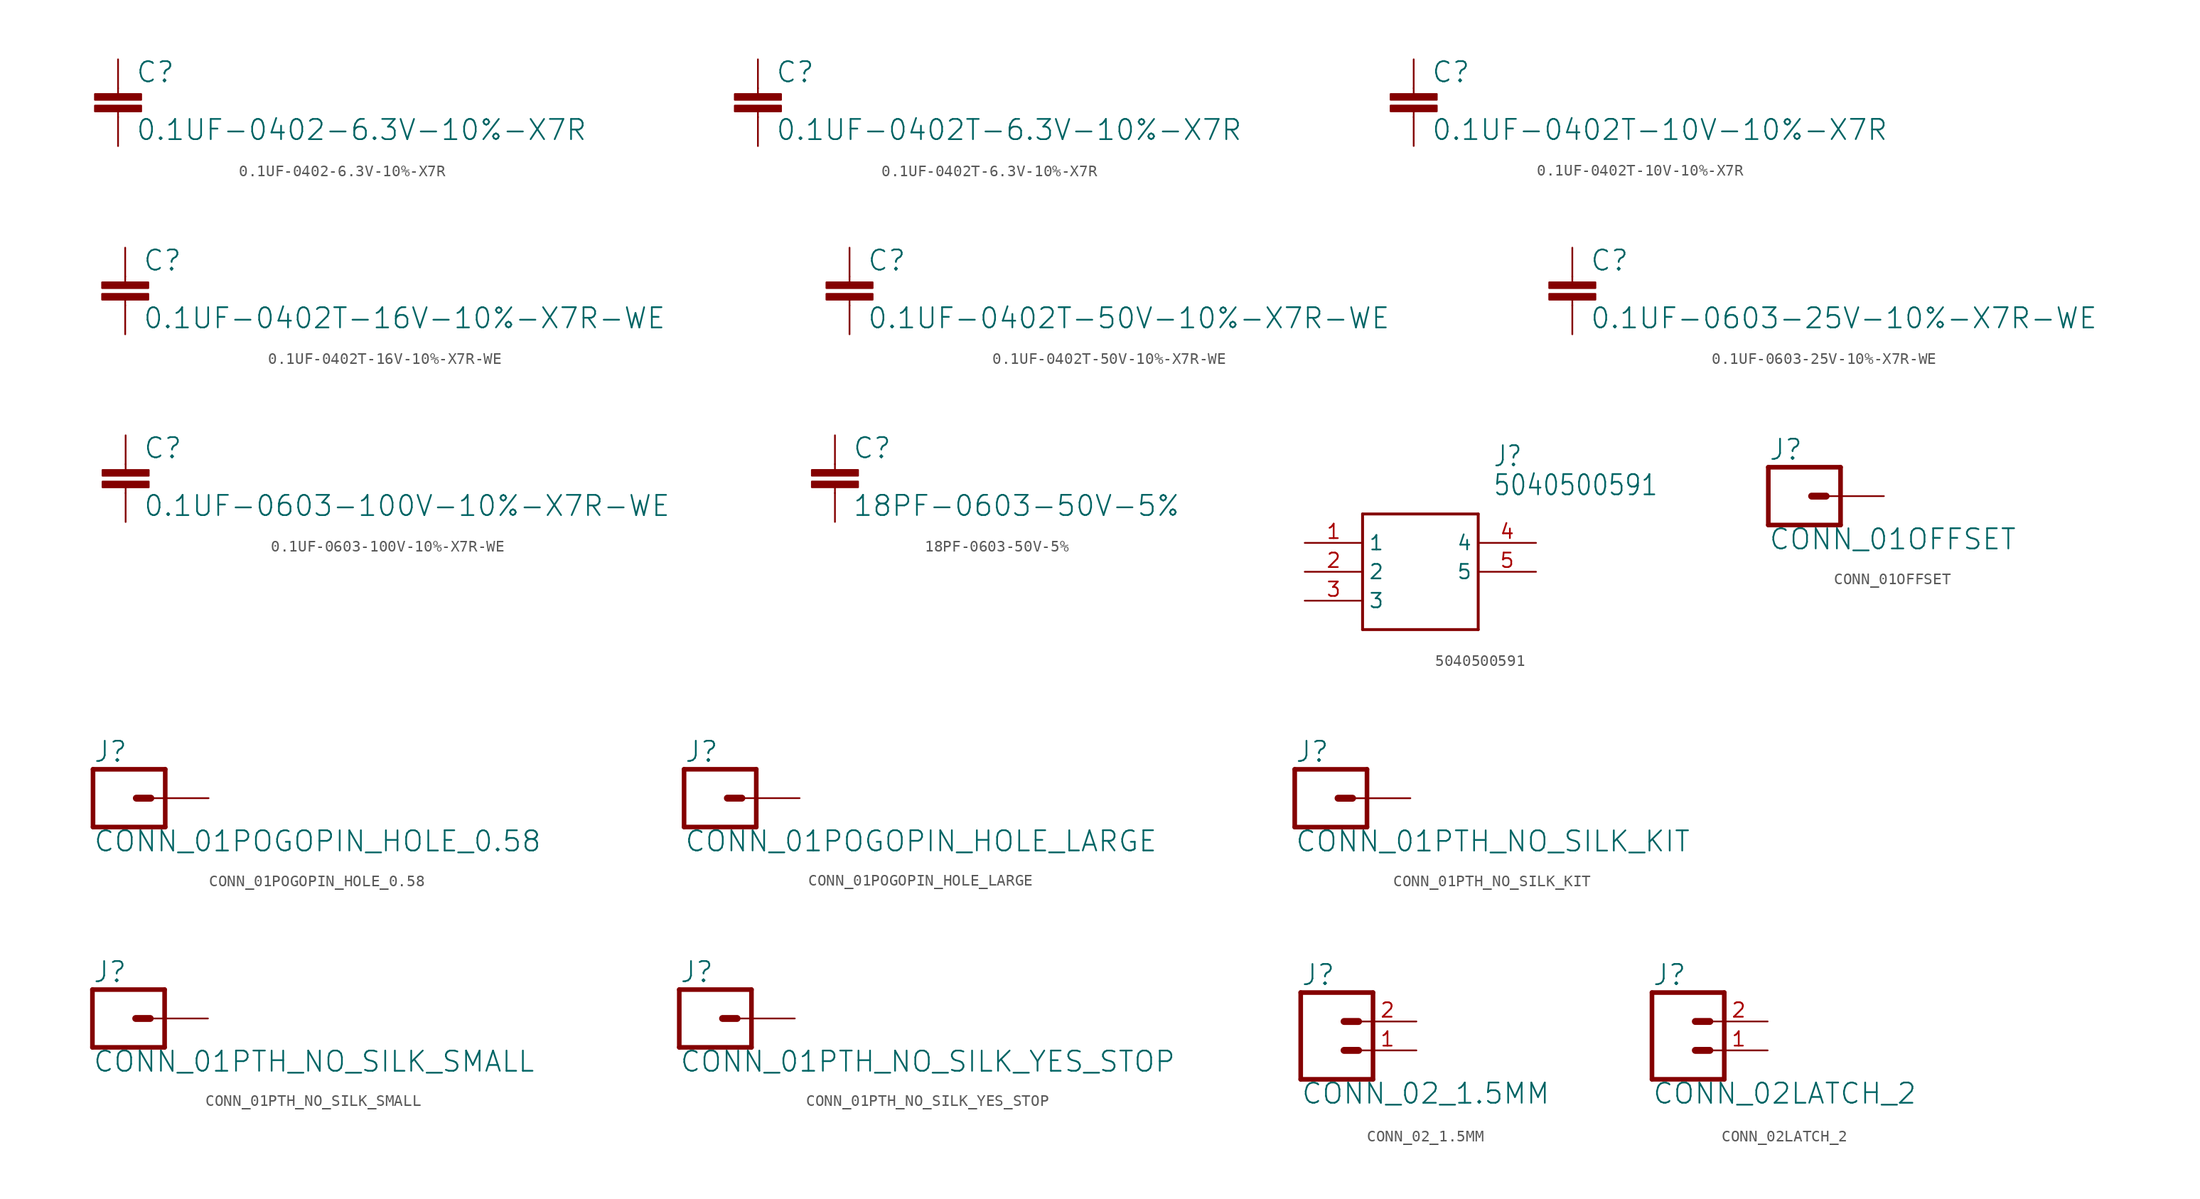
<source format=kicad_sym>
(kicad_symbol_lib
  (version 20211014)
  (generator kicad_symbol_editor)
  (symbol "0.1UF-0402-6.3V-10%-X7R"
    (property "Reference" "C"
      (at 1.524 2.921 0)
      (effects (font (size 1.778 1.778)) (justify left bottom)))
    (property "Value" "0.1UF-0402-6.3V-10%-X7R"
      (at 1.524 -2.159 0)
      (effects (font (size 1.778 1.778)) (justify left bottom)))
    (property "ki_locked" ""
      (at 0 0 0)
      (effects (font (size 1.27 1.27))))
    (symbol "0.1UF-0402-6.3V-10%-X7R_1_0"
      (rectangle (start -2.032 0.508) (end 2.032 1.016) (stroke (width 0) (type default) (color 0 0 0 0)) (fill (type outline)))
      (rectangle (start -2.032 1.524) (end 2.032 2.032) (stroke (width 0) (type default) (color 0 0 0 0)) (fill (type outline)))
      (polyline (pts (xy 0 0) (xy 0 0.508)) (stroke (width 0.152) (type default) (color 0 0 0 0)) (fill (type none)))
      (polyline (pts (xy 0 2.54) (xy 0 2.032)) (stroke (width 0.152) (type default) (color 0 0 0 0)) (fill (type none)))
      (pin passive line (at 0 5.08 270) (length 2.54) (name "1" (effects (font (size 0 0)))) (number "1" (effects (font (size 0 0)))))
      (pin passive line (at 0 -2.54 90) (length 2.54) (name "2" (effects (font (size 0 0)))) (number "2" (effects (font (size 0 0)))))))
  (symbol "0.1UF-0402T-6.3V-10%-X7R"
    (property "Reference" "C"
      (at 1.524 2.921 0)
      (effects (font (size 1.778 1.778)) (justify left bottom)))
    (property "Value" "0.1UF-0402T-6.3V-10%-X7R"
      (at 1.524 -2.159 0)
      (effects (font (size 1.778 1.778)) (justify left bottom)))
    (property "ki_locked" ""
      (at 0 0 0)
      (effects (font (size 1.27 1.27))))
    (symbol "0.1UF-0402T-6.3V-10%-X7R_1_0"
      (rectangle (start -2.032 0.508) (end 2.032 1.016) (stroke (width 0) (type default) (color 0 0 0 0)) (fill (type outline)))
      (rectangle (start -2.032 1.524) (end 2.032 2.032) (stroke (width 0) (type default) (color 0 0 0 0)) (fill (type outline)))
      (polyline (pts (xy 0 0) (xy 0 0.508)) (stroke (width 0.152) (type default) (color 0 0 0 0)) (fill (type none)))
      (polyline (pts (xy 0 2.54) (xy 0 2.032)) (stroke (width 0.152) (type default) (color 0 0 0 0)) (fill (type none)))
      (pin passive line (at 0 5.08 270) (length 2.54) (name "1" (effects (font (size 0 0)))) (number "1" (effects (font (size 0 0)))))
      (pin passive line (at 0 -2.54 90) (length 2.54) (name "2" (effects (font (size 0 0)))) (number "2" (effects (font (size 0 0)))))))
  (symbol "0.1UF-0402T-10V-10%-X7R"
    (property "Reference" "C"
      (at 1.524 2.921 0)
      (effects (font (size 1.778 1.778)) (justify left bottom)))
    (property "Value" "0.1UF-0402T-10V-10%-X7R"
      (at 1.524 -2.159 0)
      (effects (font (size 1.778 1.778)) (justify left bottom)))
    (property "ki_locked" ""
      (at 0 0 0)
      (effects (font (size 1.27 1.27))))
    (symbol "0.1UF-0402T-10V-10%-X7R_1_0"
      (rectangle (start -2.032 0.508) (end 2.032 1.016) (stroke (width 0) (type default) (color 0 0 0 0)) (fill (type outline)))
      (rectangle (start -2.032 1.524) (end 2.032 2.032) (stroke (width 0) (type default) (color 0 0 0 0)) (fill (type outline)))
      (polyline (pts (xy 0 0) (xy 0 0.508)) (stroke (width 0.152) (type default) (color 0 0 0 0)) (fill (type none)))
      (polyline (pts (xy 0 2.54) (xy 0 2.032)) (stroke (width 0.152) (type default) (color 0 0 0 0)) (fill (type none)))
      (pin passive line (at 0 5.08 270) (length 2.54) (name "1" (effects (font (size 0 0)))) (number "1" (effects (font (size 0 0)))))
      (pin passive line (at 0 -2.54 90) (length 2.54) (name "2" (effects (font (size 0 0)))) (number "2" (effects (font (size 0 0)))))))
  (symbol "0.1UF-0402T-16V-10%-X7R-WE"
    (property "Reference" "C"
      (at 1.524 2.921 0)
      (effects (font (size 1.778 1.778)) (justify left bottom)))
    (property "Value" "0.1UF-0402T-16V-10%-X7R-WE"
      (at 1.524 -2.159 0)
      (effects (font (size 1.778 1.778)) (justify left bottom)))
    (property "ki_locked" ""
      (at 0 0 0)
      (effects (font (size 1.27 1.27))))
    (symbol "0.1UF-0402T-16V-10%-X7R-WE_1_0"
      (rectangle (start -2.032 0.508) (end 2.032 1.016) (stroke (width 0) (type default) (color 0 0 0 0)) (fill (type outline)))
      (rectangle (start -2.032 1.524) (end 2.032 2.032) (stroke (width 0) (type default) (color 0 0 0 0)) (fill (type outline)))
      (polyline (pts (xy 0 0) (xy 0 0.508)) (stroke (width 0.152) (type default) (color 0 0 0 0)) (fill (type none)))
      (polyline (pts (xy 0 2.54) (xy 0 2.032)) (stroke (width 0.152) (type default) (color 0 0 0 0)) (fill (type none)))
      (pin passive line (at 0 5.08 270) (length 2.54) (name "1" (effects (font (size 0 0)))) (number "1" (effects (font (size 0 0)))))
      (pin passive line (at 0 -2.54 90) (length 2.54) (name "2" (effects (font (size 0 0)))) (number "2" (effects (font (size 0 0)))))))
  (symbol "0.1UF-0402T-50V-10%-X7R-WE"
    (property "Reference" "C"
      (at 1.524 2.921 0)
      (effects (font (size 1.778 1.778)) (justify left bottom)))
    (property "Value" "0.1UF-0402T-50V-10%-X7R-WE"
      (at 1.524 -2.159 0)
      (effects (font (size 1.778 1.778)) (justify left bottom)))
    (property "ki_locked" ""
      (at 0 0 0)
      (effects (font (size 1.27 1.27))))
    (symbol "0.1UF-0402T-50V-10%-X7R-WE_1_0"
      (rectangle (start -2.032 0.508) (end 2.032 1.016) (stroke (width 0) (type default) (color 0 0 0 0)) (fill (type outline)))
      (rectangle (start -2.032 1.524) (end 2.032 2.032) (stroke (width 0) (type default) (color 0 0 0 0)) (fill (type outline)))
      (polyline (pts (xy 0 0) (xy 0 0.508)) (stroke (width 0.152) (type default) (color 0 0 0 0)) (fill (type none)))
      (polyline (pts (xy 0 2.54) (xy 0 2.032)) (stroke (width 0.152) (type default) (color 0 0 0 0)) (fill (type none)))
      (pin passive line (at 0 5.08 270) (length 2.54) (name "1" (effects (font (size 0 0)))) (number "1" (effects (font (size 0 0)))))
      (pin passive line (at 0 -2.54 90) (length 2.54) (name "2" (effects (font (size 0 0)))) (number "2" (effects (font (size 0 0)))))))
  (symbol "0.1UF-0603-25V-10%-X7R-WE"
    (property "Reference" "C"
      (at 1.524 2.921 0)
      (effects (font (size 1.778 1.778)) (justify left bottom)))
    (property "Value" "0.1UF-0603-25V-10%-X7R-WE"
      (at 1.524 -2.159 0)
      (effects (font (size 1.778 1.778)) (justify left bottom)))
    (property "ki_locked" ""
      (at 0 0 0)
      (effects (font (size 1.27 1.27))))
    (symbol "0.1UF-0603-25V-10%-X7R-WE_1_0"
      (rectangle (start -2.032 0.508) (end 2.032 1.016) (stroke (width 0) (type default) (color 0 0 0 0)) (fill (type outline)))
      (rectangle (start -2.032 1.524) (end 2.032 2.032) (stroke (width 0) (type default) (color 0 0 0 0)) (fill (type outline)))
      (polyline (pts (xy 0 0) (xy 0 0.508)) (stroke (width 0.152) (type default) (color 0 0 0 0)) (fill (type none)))
      (polyline (pts (xy 0 2.54) (xy 0 2.032)) (stroke (width 0.152) (type default) (color 0 0 0 0)) (fill (type none)))
      (pin passive line (at 0 5.08 270) (length 2.54) (name "1" (effects (font (size 0 0)))) (number "1" (effects (font (size 0 0)))))
      (pin passive line (at 0 -2.54 90) (length 2.54) (name "2" (effects (font (size 0 0)))) (number "2" (effects (font (size 0 0)))))))
  (symbol "0.1UF-0603-100V-10%-X7R-WE"
    (property "Reference" "C"
      (at 1.524 2.921 0)
      (effects (font (size 1.778 1.778)) (justify left bottom)))
    (property "Value" "0.1UF-0603-100V-10%-X7R-WE"
      (at 1.524 -2.159 0)
      (effects (font (size 1.778 1.778)) (justify left bottom)))
    (property "ki_locked" ""
      (at 0 0 0)
      (effects (font (size 1.27 1.27))))
    (symbol "0.1UF-0603-100V-10%-X7R-WE_1_0"
      (rectangle (start -2.032 0.508) (end 2.032 1.016) (stroke (width 0) (type default) (color 0 0 0 0)) (fill (type outline)))
      (rectangle (start -2.032 1.524) (end 2.032 2.032) (stroke (width 0) (type default) (color 0 0 0 0)) (fill (type outline)))
      (polyline (pts (xy 0 0) (xy 0 0.508)) (stroke (width 0.152) (type default) (color 0 0 0 0)) (fill (type none)))
      (polyline (pts (xy 0 2.54) (xy 0 2.032)) (stroke (width 0.152) (type default) (color 0 0 0 0)) (fill (type none)))
      (pin passive line (at 0 5.08 270) (length 2.54) (name "1" (effects (font (size 0 0)))) (number "1" (effects (font (size 0 0)))))
      (pin passive line (at 0 -2.54 90) (length 2.54) (name "2" (effects (font (size 0 0)))) (number "2" (effects (font (size 0 0)))))))
  (symbol "18PF-0603-50V-5%"
    (property "Reference" "C"
      (at 1.524 2.921 0)
      (effects (font (size 1.778 1.778)) (justify left bottom)))
    (property "Value" "18PF-0603-50V-5%"
      (at 1.524 -2.159 0)
      (effects (font (size 1.778 1.778)) (justify left bottom)))
    (property "ki_locked" ""
      (at 0 0 0)
      (effects (font (size 1.27 1.27))))
    (symbol "18PF-0603-50V-5%_1_0"
      (rectangle (start -2.032 0.508) (end 2.032 1.016) (stroke (width 0) (type default) (color 0 0 0 0)) (fill (type outline)))
      (rectangle (start -2.032 1.524) (end 2.032 2.032) (stroke (width 0) (type default) (color 0 0 0 0)) (fill (type outline)))
      (polyline (pts (xy 0 0) (xy 0 0.508)) (stroke (width 0.152) (type default) (color 0 0 0 0)) (fill (type none)))
      (polyline (pts (xy 0 2.54) (xy 0 2.032)) (stroke (width 0.152) (type default) (color 0 0 0 0)) (fill (type none)))
      (pin passive line (at 0 5.08 270) (length 2.54) (name "1" (effects (font (size 0 0)))) (number "1" (effects (font (size 0 0)))))
      (pin passive line (at 0 -2.54 90) (length 2.54) (name "2" (effects (font (size 0 0)))) (number "2" (effects (font (size 0 0)))))))
  (symbol "5040500591"
    (property "Reference" "J"
      (at 16.51 7.62 0)
      (effects (font (size 1.778 1.511)) (justify left)))
    (property "Value" "5040500591"
      (at 16.51 5.08 0)
      (effects (font (size 1.778 1.511)) (justify left)))
    (property "ki_locked" ""
      (at 0 0 0)
      (effects (font (size 1.27 1.27))))
    (symbol "5040500591_1_0"
      (polyline (pts (xy 5.08 2.54) (xy 5.08 -7.62)) (stroke (width 0.254) (type default) (color 0 0 0 0)) (fill (type none)))
      (polyline (pts (xy 5.08 2.54) (xy 15.24 2.54)) (stroke (width 0.254) (type default) (color 0 0 0 0)) (fill (type none)))
      (polyline (pts (xy 15.24 -7.62) (xy 5.08 -7.62)) (stroke (width 0.254) (type default) (color 0 0 0 0)) (fill (type none)))
      (polyline (pts (xy 15.24 -7.62) (xy 15.24 2.54)) (stroke (width 0.254) (type default) (color 0 0 0 0)) (fill (type none)))
      (pin bidirectional line (at 0 0 0) (length 5.08) (name "1" (effects (font (size 1.27 1.27)))) (number "1" (effects (font (size 1.27 1.27)))))
      (pin bidirectional line (at 0 -2.54 0) (length 5.08) (name "2" (effects (font (size 1.27 1.27)))) (number "2" (effects (font (size 1.27 1.27)))))
      (pin bidirectional line (at 0 -5.08 0) (length 5.08) (name "3" (effects (font (size 1.27 1.27)))) (number "3" (effects (font (size 1.27 1.27)))))
      (pin bidirectional line (at 20.32 0 180) (length 5.08) (name "4" (effects (font (size 1.27 1.27)))) (number "4" (effects (font (size 1.27 1.27)))))
      (pin bidirectional line (at 20.32 -2.54 180) (length 5.08) (name "5" (effects (font (size 1.27 1.27)))) (number "5" (effects (font (size 1.27 1.27)))))))
  (symbol "CONN_01OFFSET"
    (property "Reference" "J"
      (at -2.54 3.048 0)
      (effects (font (size 1.778 1.778)) (justify left bottom)))
    (property "Value" "CONN_01OFFSET"
      (at -2.54 -4.826 0)
      (effects (font (size 1.778 1.778)) (justify left bottom)))
    (property "ki_locked" ""
      (at 0 0 0)
      (effects (font (size 1.27 1.27))))
    (symbol "CONN_01OFFSET_1_0"
      (polyline (pts (xy -2.54 2.54) (xy -2.54 -2.54)) (stroke (width 0.406) (type default) (color 0 0 0 0)) (fill (type none)))
      (polyline (pts (xy -2.54 2.54) (xy 3.81 2.54)) (stroke (width 0.406) (type default) (color 0 0 0 0)) (fill (type none)))
      (polyline (pts (xy 1.27 0) (xy 2.54 0)) (stroke (width 0.61) (type default) (color 0 0 0 0)) (fill (type none)))
      (polyline (pts (xy 3.81 -2.54) (xy -2.54 -2.54)) (stroke (width 0.406) (type default) (color 0 0 0 0)) (fill (type none)))
      (polyline (pts (xy 3.81 -2.54) (xy 3.81 2.54)) (stroke (width 0.406) (type default) (color 0 0 0 0)) (fill (type none)))
      (pin passive line (at 7.62 0 180) (length 5.08) (name "1" (effects (font (size 0 0)))) (number "1" (effects (font (size 0 0)))))))
  (symbol "CONN_01POGOPIN_HOLE_0.58"
    (property "Reference" "J"
      (at -2.54 3.048 0)
      (effects (font (size 1.778 1.778)) (justify left bottom)))
    (property "Value" "CONN_01POGOPIN_HOLE_0.58"
      (at -2.54 -4.826 0)
      (effects (font (size 1.778 1.778)) (justify left bottom)))
    (property "ki_locked" ""
      (at 0 0 0)
      (effects (font (size 1.27 1.27))))
    (symbol "CONN_01POGOPIN_HOLE_0.58_1_0"
      (polyline (pts (xy -2.54 2.54) (xy -2.54 -2.54)) (stroke (width 0.406) (type default) (color 0 0 0 0)) (fill (type none)))
      (polyline (pts (xy -2.54 2.54) (xy 3.81 2.54)) (stroke (width 0.406) (type default) (color 0 0 0 0)) (fill (type none)))
      (polyline (pts (xy 1.27 0) (xy 2.54 0)) (stroke (width 0.61) (type default) (color 0 0 0 0)) (fill (type none)))
      (polyline (pts (xy 3.81 -2.54) (xy -2.54 -2.54)) (stroke (width 0.406) (type default) (color 0 0 0 0)) (fill (type none)))
      (polyline (pts (xy 3.81 -2.54) (xy 3.81 2.54)) (stroke (width 0.406) (type default) (color 0 0 0 0)) (fill (type none)))
      (pin passive line (at 7.62 0 180) (length 5.08) (name "1" (effects (font (size 0 0)))) (number "1" (effects (font (size 0 0)))))))
  (symbol "CONN_01POGOPIN_HOLE_LARGE"
    (property "Reference" "J"
      (at -2.54 3.048 0)
      (effects (font (size 1.778 1.778)) (justify left bottom)))
    (property "Value" "CONN_01POGOPIN_HOLE_LARGE"
      (at -2.54 -4.826 0)
      (effects (font (size 1.778 1.778)) (justify left bottom)))
    (property "ki_locked" ""
      (at 0 0 0)
      (effects (font (size 1.27 1.27))))
    (symbol "CONN_01POGOPIN_HOLE_LARGE_1_0"
      (polyline (pts (xy -2.54 2.54) (xy -2.54 -2.54)) (stroke (width 0.406) (type default) (color 0 0 0 0)) (fill (type none)))
      (polyline (pts (xy -2.54 2.54) (xy 3.81 2.54)) (stroke (width 0.406) (type default) (color 0 0 0 0)) (fill (type none)))
      (polyline (pts (xy 1.27 0) (xy 2.54 0)) (stroke (width 0.61) (type default) (color 0 0 0 0)) (fill (type none)))
      (polyline (pts (xy 3.81 -2.54) (xy -2.54 -2.54)) (stroke (width 0.406) (type default) (color 0 0 0 0)) (fill (type none)))
      (polyline (pts (xy 3.81 -2.54) (xy 3.81 2.54)) (stroke (width 0.406) (type default) (color 0 0 0 0)) (fill (type none)))
      (pin passive line (at 7.62 0 180) (length 5.08) (name "1" (effects (font (size 0 0)))) (number "1" (effects (font (size 0 0)))))))
  (symbol "CONN_01PTH_NO_SILK_KIT"
    (property "Reference" "J"
      (at -2.54 3.048 0)
      (effects (font (size 1.778 1.778)) (justify left bottom)))
    (property "Value" "CONN_01PTH_NO_SILK_KIT"
      (at -2.54 -4.826 0)
      (effects (font (size 1.778 1.778)) (justify left bottom)))
    (property "ki_locked" ""
      (at 0 0 0)
      (effects (font (size 1.27 1.27))))
    (symbol "CONN_01PTH_NO_SILK_KIT_1_0"
      (polyline (pts (xy -2.54 2.54) (xy -2.54 -2.54)) (stroke (width 0.406) (type default) (color 0 0 0 0)) (fill (type none)))
      (polyline (pts (xy -2.54 2.54) (xy 3.81 2.54)) (stroke (width 0.406) (type default) (color 0 0 0 0)) (fill (type none)))
      (polyline (pts (xy 1.27 0) (xy 2.54 0)) (stroke (width 0.61) (type default) (color 0 0 0 0)) (fill (type none)))
      (polyline (pts (xy 3.81 -2.54) (xy -2.54 -2.54)) (stroke (width 0.406) (type default) (color 0 0 0 0)) (fill (type none)))
      (polyline (pts (xy 3.81 -2.54) (xy 3.81 2.54)) (stroke (width 0.406) (type default) (color 0 0 0 0)) (fill (type none)))
      (pin passive line (at 7.62 0 180) (length 5.08) (name "1" (effects (font (size 0 0)))) (number "1" (effects (font (size 0 0)))))))
  (symbol "CONN_01PTH_NO_SILK_SMALL"
    (property "Reference" "J"
      (at -2.54 3.048 0)
      (effects (font (size 1.778 1.778)) (justify left bottom)))
    (property "Value" "CONN_01PTH_NO_SILK_SMALL"
      (at -2.54 -4.826 0)
      (effects (font (size 1.778 1.778)) (justify left bottom)))
    (property "ki_locked" ""
      (at 0 0 0)
      (effects (font (size 1.27 1.27))))
    (symbol "CONN_01PTH_NO_SILK_SMALL_1_0"
      (polyline (pts (xy -2.54 2.54) (xy -2.54 -2.54)) (stroke (width 0.406) (type default) (color 0 0 0 0)) (fill (type none)))
      (polyline (pts (xy -2.54 2.54) (xy 3.81 2.54)) (stroke (width 0.406) (type default) (color 0 0 0 0)) (fill (type none)))
      (polyline (pts (xy 1.27 0) (xy 2.54 0)) (stroke (width 0.61) (type default) (color 0 0 0 0)) (fill (type none)))
      (polyline (pts (xy 3.81 -2.54) (xy -2.54 -2.54)) (stroke (width 0.406) (type default) (color 0 0 0 0)) (fill (type none)))
      (polyline (pts (xy 3.81 -2.54) (xy 3.81 2.54)) (stroke (width 0.406) (type default) (color 0 0 0 0)) (fill (type none)))
      (pin passive line (at 7.62 0 180) (length 5.08) (name "1" (effects (font (size 0 0)))) (number "P$1" (effects (font (size 0 0)))))))
  (symbol "CONN_01PTH_NO_SILK_YES_STOP"
    (property "Reference" "J"
      (at -2.54 3.048 0)
      (effects (font (size 1.778 1.778)) (justify left bottom)))
    (property "Value" "CONN_01PTH_NO_SILK_YES_STOP"
      (at -2.54 -4.826 0)
      (effects (font (size 1.778 1.778)) (justify left bottom)))
    (property "ki_locked" ""
      (at 0 0 0)
      (effects (font (size 1.27 1.27))))
    (symbol "CONN_01PTH_NO_SILK_YES_STOP_1_0"
      (polyline (pts (xy -2.54 2.54) (xy -2.54 -2.54)) (stroke (width 0.406) (type default) (color 0 0 0 0)) (fill (type none)))
      (polyline (pts (xy -2.54 2.54) (xy 3.81 2.54)) (stroke (width 0.406) (type default) (color 0 0 0 0)) (fill (type none)))
      (polyline (pts (xy 1.27 0) (xy 2.54 0)) (stroke (width 0.61) (type default) (color 0 0 0 0)) (fill (type none)))
      (polyline (pts (xy 3.81 -2.54) (xy -2.54 -2.54)) (stroke (width 0.406) (type default) (color 0 0 0 0)) (fill (type none)))
      (polyline (pts (xy 3.81 -2.54) (xy 3.81 2.54)) (stroke (width 0.406) (type default) (color 0 0 0 0)) (fill (type none)))
      (pin passive line (at 7.62 0 180) (length 5.08) (name "1" (effects (font (size 0 0)))) (number "1" (effects (font (size 0 0)))))))
  (symbol "CONN_02_1.5MM"
    (property "Reference" "J"
      (at -2.54 5.588 0)
      (effects (font (size 1.778 1.778)) (justify left bottom)))
    (property "Value" "CONN_02_1.5MM"
      (at -2.54 -4.826 0)
      (effects (font (size 1.778 1.778)) (justify left bottom)))
    (property "ki_locked" ""
      (at 0 0 0)
      (effects (font (size 1.27 1.27))))
    (symbol "CONN_02_1.5MM_1_0"
      (polyline (pts (xy -2.54 5.08) (xy -2.54 -2.54)) (stroke (width 0.406) (type default) (color 0 0 0 0)) (fill (type none)))
      (polyline (pts (xy -2.54 5.08) (xy 3.81 5.08)) (stroke (width 0.406) (type default) (color 0 0 0 0)) (fill (type none)))
      (polyline (pts (xy 1.27 0) (xy 2.54 0)) (stroke (width 0.61) (type default) (color 0 0 0 0)) (fill (type none)))
      (polyline (pts (xy 1.27 2.54) (xy 2.54 2.54)) (stroke (width 0.61) (type default) (color 0 0 0 0)) (fill (type none)))
      (polyline (pts (xy 3.81 -2.54) (xy -2.54 -2.54)) (stroke (width 0.406) (type default) (color 0 0 0 0)) (fill (type none)))
      (polyline (pts (xy 3.81 -2.54) (xy 3.81 5.08)) (stroke (width 0.406) (type default) (color 0 0 0 0)) (fill (type none)))
      (pin passive line (at 7.62 0 180) (length 5.08) (name "1" (effects (font (size 0 0)))) (number "1" (effects (font (size 1.27 1.27)))))
      (pin passive line (at 7.62 2.54 180) (length 5.08) (name "2" (effects (font (size 0 0)))) (number "2" (effects (font (size 1.27 1.27)))))))
  (symbol "CONN_02LATCH_2"
    (property "Reference" "J"
      (at -2.54 5.588 0)
      (effects (font (size 1.778 1.778)) (justify left bottom)))
    (property "Value" "CONN_02LATCH_2"
      (at -2.54 -4.826 0)
      (effects (font (size 1.778 1.778)) (justify left bottom)))
    (property "ki_locked" ""
      (at 0 0 0)
      (effects (font (size 1.27 1.27))))
    (symbol "CONN_02LATCH_2_1_0"
      (polyline (pts (xy -2.54 5.08) (xy -2.54 -2.54)) (stroke (width 0.406) (type default) (color 0 0 0 0)) (fill (type none)))
      (polyline (pts (xy -2.54 5.08) (xy 3.81 5.08)) (stroke (width 0.406) (type default) (color 0 0 0 0)) (fill (type none)))
      (polyline (pts (xy 1.27 0) (xy 2.54 0)) (stroke (width 0.61) (type default) (color 0 0 0 0)) (fill (type none)))
      (polyline (pts (xy 1.27 2.54) (xy 2.54 2.54)) (stroke (width 0.61) (type default) (color 0 0 0 0)) (fill (type none)))
      (polyline (pts (xy 3.81 -2.54) (xy -2.54 -2.54)) (stroke (width 0.406) (type default) (color 0 0 0 0)) (fill (type none)))
      (polyline (pts (xy 3.81 -2.54) (xy 3.81 5.08)) (stroke (width 0.406) (type default) (color 0 0 0 0)) (fill (type none)))
      (pin passive line (at 7.62 0 180) (length 5.08) (name "1" (effects (font (size 0 0)))) (number "1" (effects (font (size 1.27 1.27)))))
      (pin passive line (at 7.62 2.54 180) (length 5.08) (name "2" (effects (font (size 0 0)))) (number "2" (effects (font (size 1.27 1.27))))))))
</source>
